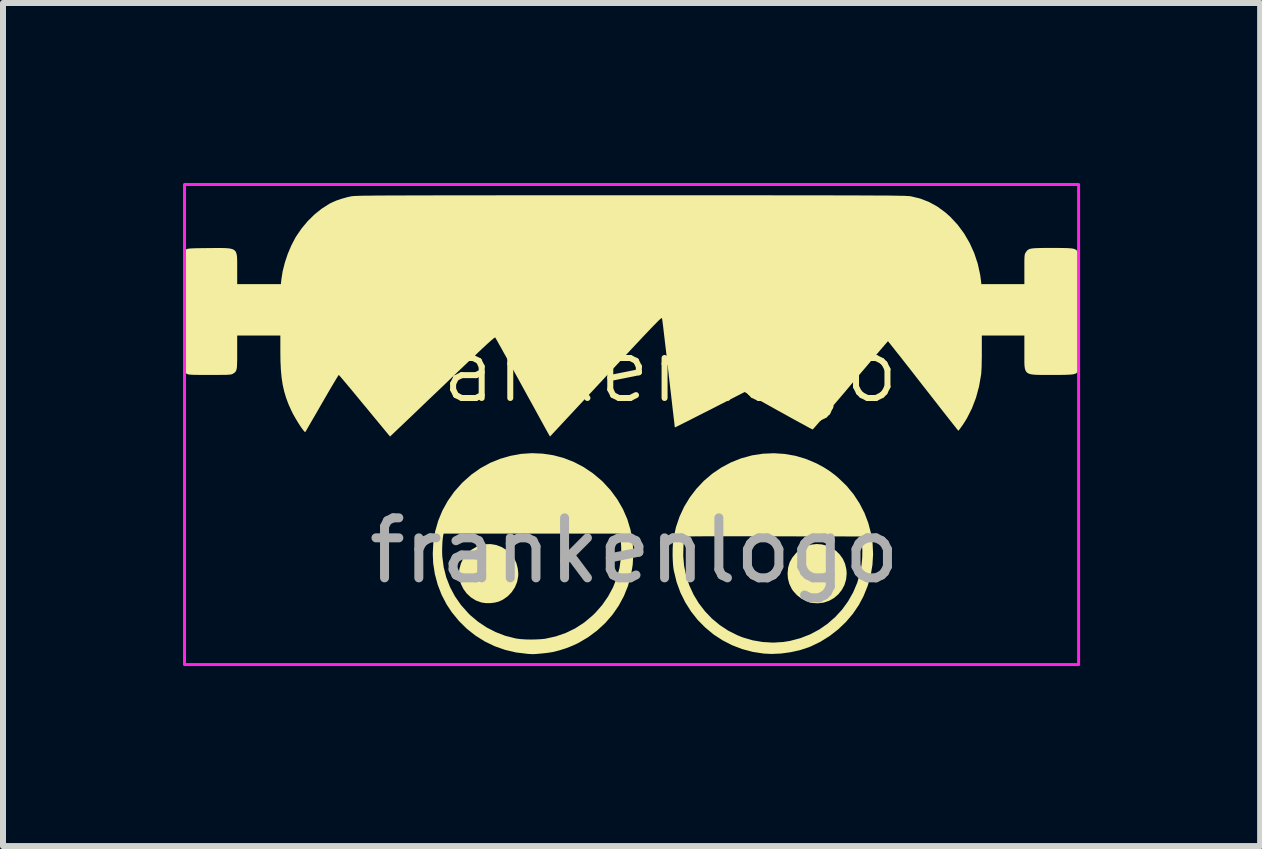
<source format=kicad_pcb>
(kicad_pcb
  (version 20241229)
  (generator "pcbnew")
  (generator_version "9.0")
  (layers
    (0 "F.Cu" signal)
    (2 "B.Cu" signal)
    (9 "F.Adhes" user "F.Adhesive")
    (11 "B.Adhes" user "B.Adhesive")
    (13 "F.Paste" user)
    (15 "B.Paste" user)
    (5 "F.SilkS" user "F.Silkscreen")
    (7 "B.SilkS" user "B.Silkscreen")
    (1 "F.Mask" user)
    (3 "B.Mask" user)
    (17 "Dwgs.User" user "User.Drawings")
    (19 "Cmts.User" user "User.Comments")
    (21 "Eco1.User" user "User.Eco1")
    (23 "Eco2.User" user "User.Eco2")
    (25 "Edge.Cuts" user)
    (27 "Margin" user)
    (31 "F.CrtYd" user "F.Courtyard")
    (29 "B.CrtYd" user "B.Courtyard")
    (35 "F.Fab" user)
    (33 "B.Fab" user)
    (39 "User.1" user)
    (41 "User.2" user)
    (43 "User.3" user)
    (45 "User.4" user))
  (footprint "frankenlogo"
    (layer "F.Cu")
    (at 7.525 3.625)
    (property "Reference" "frankenlogo" (at 0 -0.5 0) (unlocked yes) (layer "F.SilkS") (effects (font (size 1 1) (thickness 0.1))))
    (fp_poly (pts (xy 3.121 2.398) (xy 3.205 2.42) (xy 3.284 2.455) (xy 3.357 2.504) (xy 3.419 2.566) (xy 3.471 2.638) (xy 3.508 2.721) (xy 3.53 2.814) (xy 3.535 2.884) (xy 3.525 2.984) (xy 3.497 3.076) (xy 3.452 3.159) (xy 3.394 3.231) (xy 3.323 3.291) (xy 3.242 3.337) (xy 3.153 3.367) (xy 3.057 3.379) (xy 2.958 3.373) (xy 2.943 3.37) (xy 2.861 3.344) (xy 2.781 3.301) (xy 2.707 3.244) (xy 2.646 3.177) (xy 2.62 3.14) (xy 2.579 3.055) (xy 2.556 2.967) (xy 2.55 2.884) (xy 2.559 2.785) (xy 2.585 2.696) (xy 2.631 2.614) (xy 2.696 2.537) (xy 2.699 2.534) (xy 2.776 2.471) (xy 2.859 2.427) (xy 2.945 2.401) (xy 3.033 2.391)) (stroke (width 0) (type solid)) (fill yes) (layer "F.SilkS"))
    (fp_poly (pts (xy -2.307 2.407) (xy -2.217 2.441) (xy -2.135 2.491) (xy -2.063 2.557) (xy -2.004 2.635) (xy -1.999 2.644) (xy -1.968 2.714) (xy -1.947 2.795) (xy -1.938 2.877) (xy -1.939 2.925) (xy -1.957 3.022) (xy -1.994 3.112) (xy -2.048 3.194) (xy -2.116 3.264) (xy -2.197 3.32) (xy -2.262 3.35) (xy -2.327 3.367) (xy -2.403 3.376) (xy -2.481 3.376) (xy -2.549 3.366) (xy -2.553 3.365) (xy -2.644 3.332) (xy -2.726 3.281) (xy -2.796 3.217) (xy -2.852 3.141) (xy -2.894 3.056) (xy -2.919 2.964) (xy -2.926 2.869) (xy -2.92 2.811) (xy -2.894 2.714) (xy -2.851 2.626) (xy -2.791 2.549) (xy -2.717 2.485) (xy -2.632 2.436) (xy -2.537 2.403) (xy -2.495 2.395) (xy -2.4 2.392)) (stroke (width 0) (type solid)) (fill yes) (layer "F.SilkS"))
    (fp_poly (pts (xy -1.53 0.885) (xy -1.352 0.912) (xy -1.177 0.959) (xy -1.009 1.025) (xy -0.847 1.11) (xy -0.694 1.213) (xy -0.551 1.333) (xy -0.524 1.359) (xy -0.396 1.499) (xy -0.286 1.649) (xy -0.194 1.809) (xy -0.121 1.977) (xy -0.068 2.153) (xy -0.034 2.335) (xy -0.021 2.522) (xy -0.021 2.549) (xy -0.031 2.736) (xy -0.061 2.918) (xy -0.111 3.093) (xy -0.179 3.261) (xy -0.265 3.42) (xy -0.368 3.569) (xy -0.487 3.706) (xy -0.622 3.831) (xy -0.772 3.943) (xy -0.936 4.04) (xy -0.961 4.052) (xy -1.047 4.091) (xy -1.144 4.129) (xy -1.245 4.161) (xy -1.339 4.186) (xy -1.356 4.19) (xy -1.399 4.197) (xy -1.453 4.205) (xy -1.514 4.212) (xy -1.576 4.218) (xy -1.633 4.223) (xy -1.681 4.226) (xy -1.713 4.226) (xy -1.713 4.226) (xy -1.741 4.224) (xy -1.777 4.222) (xy -1.787 4.221) (xy -1.976 4.198) (xy -2.158 4.155) (xy -2.332 4.094) (xy -2.497 4.014) (xy -2.653 3.916) (xy -2.797 3.802) (xy -2.929 3.671) (xy -3.048 3.525) (xy -3.133 3.396) (xy -3.216 3.237) (xy -3.281 3.068) (xy -3.328 2.892) (xy -3.356 2.711) (xy -3.363 2.553) (xy -3.36 2.494) (xy -3.207 2.494) (xy -3.206 2.561) (xy -3.204 2.6) (xy -3.181 2.777) (xy -3.138 2.947) (xy -3.075 3.109) (xy -2.993 3.263) (xy -2.893 3.407) (xy -2.773 3.542) (xy -2.735 3.58) (xy -2.607 3.687) (xy -2.466 3.781) (xy -2.314 3.859) (xy -2.156 3.92) (xy -1.996 3.961) (xy -1.96 3.968) (xy -1.894 3.976) (xy -1.814 3.981) (xy -1.727 3.983) (xy -1.64 3.981) (xy -1.559 3.977) (xy -1.491 3.97) (xy -1.486 3.969) (xy -1.31 3.93) (xy -1.144 3.872) (xy -0.988 3.796) (xy -0.84 3.7) (xy -0.703 3.585) (xy -0.655 3.539) (xy -0.54 3.408) (xy -0.441 3.265) (xy -0.359 3.113) (xy -0.296 2.954) (xy -0.251 2.789) (xy -0.227 2.62) (xy -0.222 2.502) (xy -0.223 2.443) (xy -0.226 2.381) (xy -0.23 2.327) (xy -0.234 2.297) (xy -0.245 2.218) (xy -1.714 2.218) (xy -3.182 2.218) (xy -3.189 2.248) (xy -3.196 2.294) (xy -3.202 2.354) (xy -3.205 2.423) (xy -3.207 2.494) (xy -3.36 2.494) (xy -3.353 2.365) (xy -3.323 2.181) (xy -3.273 2.005) (xy -3.203 1.835) (xy -3.114 1.674) (xy -3.007 1.522) (xy -2.88 1.379) (xy -2.86 1.359) (xy -2.718 1.233) (xy -2.566 1.126) (xy -2.405 1.038) (xy -2.234 0.969) (xy -2.075 0.923) (xy -1.893 0.889) (xy -1.711 0.877)) (stroke (width 0) (type solid)) (fill yes) (layer "F.SilkS"))
    (fp_poly (pts (xy 2.502 0.89) (xy 2.68 0.921) (xy 2.853 0.972) (xy 3.02 1.042) (xy 3.054 1.059) (xy 3.158 1.116) (xy 3.249 1.174) (xy 3.334 1.237) (xy 3.399 1.292) (xy 3.534 1.422) (xy 3.651 1.564) (xy 3.75 1.716) (xy 3.832 1.875) (xy 3.895 2.041) (xy 3.94 2.212) (xy 3.967 2.386) (xy 3.975 2.563) (xy 3.964 2.74) (xy 3.934 2.917) (xy 3.884 3.091) (xy 3.815 3.261) (xy 3.737 3.408) (xy 3.638 3.554) (xy 3.522 3.69) (xy 3.391 3.815) (xy 3.248 3.926) (xy 3.094 4.022) (xy 2.934 4.099) (xy 2.901 4.112) (xy 2.756 4.16) (xy 2.601 4.194) (xy 2.442 4.216) (xy 2.284 4.223) (xy 2.155 4.217) (xy 1.971 4.189) (xy 1.794 4.142) (xy 1.624 4.077) (xy 1.465 3.995) (xy 1.315 3.897) (xy 1.178 3.783) (xy 1.052 3.656) (xy 0.941 3.515) (xy 0.845 3.363) (xy 0.764 3.2) (xy 0.701 3.027) (xy 0.657 2.846) (xy 0.649 2.805) (xy 0.641 2.734) (xy 0.636 2.649) (xy 0.634 2.591) (xy 0.811 2.591) (xy 0.826 2.76) (xy 0.861 2.925) (xy 0.914 3.084) (xy 0.984 3.236) (xy 1.071 3.379) (xy 1.173 3.512) (xy 1.289 3.633) (xy 1.419 3.741) (xy 1.561 3.835) (xy 1.715 3.912) (xy 1.799 3.946) (xy 1.964 3.995) (xy 2.135 4.024) (xy 2.307 4.034) (xy 2.478 4.024) (xy 2.593 4.005) (xy 2.764 3.96) (xy 2.925 3.897) (xy 3.077 3.816) (xy 3.217 3.719) (xy 3.345 3.607) (xy 3.46 3.482) (xy 3.559 3.345) (xy 3.643 3.196) (xy 3.71 3.038) (xy 3.759 2.87) (xy 3.782 2.744) (xy 3.794 2.62) (xy 3.796 2.495) (xy 3.788 2.376) (xy 3.784 2.35) (xy 3.772 2.265) (xy 2.305 2.263) (xy 2.099 2.262) (xy 1.913 2.262) (xy 1.747 2.262) (xy 1.598 2.262) (xy 1.467 2.262) (xy 1.351 2.262) (xy 1.251 2.262) (xy 1.164 2.262) (xy 1.09 2.263) (xy 1.029 2.263) (xy 0.977 2.264) (xy 0.936 2.265) (xy 0.903 2.266) (xy 0.878 2.268) (xy 0.86 2.269) (xy 0.847 2.271) (xy 0.839 2.273) (xy 0.834 2.275) (xy 0.832 2.278) (xy 0.832 2.279) (xy 0.829 2.296) (xy 0.824 2.33) (xy 0.82 2.374) (xy 0.815 2.419) (xy 0.811 2.591) (xy 0.634 2.591) (xy 0.634 2.556) (xy 0.635 2.463) (xy 0.64 2.376) (xy 0.648 2.301) (xy 0.65 2.292) (xy 0.69 2.11) (xy 0.749 1.936) (xy 0.826 1.77) (xy 0.921 1.614) (xy 1.031 1.47) (xy 1.155 1.338) (xy 1.294 1.22) (xy 1.445 1.117) (xy 1.607 1.031) (xy 1.779 0.962) (xy 1.784 0.961) (xy 1.96 0.913) (xy 2.139 0.886) (xy 2.321 0.878)) (stroke (width 0) (type solid)) (fill yes) (layer "F.SilkS"))
    (fp_poly (pts (xy 0.315 -3.421) (xy 0.666 -3.421) (xy 0.998 -3.421) (xy 1.31 -3.421) (xy 1.604 -3.421) (xy 1.879 -3.421) (xy 2.137 -3.421) (xy 2.378 -3.42) (xy 2.602 -3.42) (xy 2.811 -3.42) (xy 3.004 -3.42) (xy 3.183 -3.42) (xy 3.348 -3.419) (xy 3.499 -3.419) (xy 3.637 -3.419) (xy 3.763 -3.418) (xy 3.878 -3.418) (xy 3.981 -3.417) (xy 4.074 -3.417) (xy 4.157 -3.416) (xy 4.231 -3.416) (xy 4.296 -3.415) (xy 4.353 -3.414) (xy 4.402 -3.413) (xy 4.445 -3.412) (xy 4.481 -3.412) (xy 4.511 -3.411) (xy 4.536 -3.409) (xy 4.557 -3.408) (xy 4.574 -3.407) (xy 4.587 -3.406) (xy 4.598 -3.405) (xy 4.603 -3.404) (xy 4.757 -3.367) (xy 4.905 -3.31) (xy 5.045 -3.233) (xy 5.178 -3.136) (xy 5.262 -3.061) (xy 5.384 -2.93) (xy 5.492 -2.784) (xy 5.584 -2.626) (xy 5.66 -2.458) (xy 5.719 -2.281) (xy 5.759 -2.099) (xy 5.772 -2.006) (xy 5.779 -1.94) (xy 6.138 -1.94) (xy 6.496 -1.94) (xy 6.496 -2.187) (xy 6.496 -2.266) (xy 6.496 -2.326) (xy 6.497 -2.371) (xy 6.499 -2.404) (xy 6.502 -2.427) (xy 6.506 -2.444) (xy 6.512 -2.457) (xy 6.519 -2.469) (xy 6.52 -2.47) (xy 6.533 -2.489) (xy 6.547 -2.504) (xy 6.563 -2.516) (xy 6.584 -2.526) (xy 6.611 -2.532) (xy 6.648 -2.537) (xy 6.697 -2.54) (xy 6.76 -2.542) (xy 6.839 -2.543) (xy 6.936 -2.543) (xy 6.954 -2.543) (xy 7.053 -2.543) (xy 7.134 -2.542) (xy 7.199 -2.541) (xy 7.249 -2.538) (xy 7.287 -2.535) (xy 7.317 -2.529) (xy 7.339 -2.522) (xy 7.356 -2.512) (xy 7.371 -2.499) (xy 7.385 -2.485) (xy 7.411 -2.456) (xy 7.414 -1.494) (xy 7.414 -1.329) (xy 7.415 -1.184) (xy 7.415 -1.058) (xy 7.415 -0.949) (xy 7.415 -0.856) (xy 7.415 -0.777) (xy 7.414 -0.712) (xy 7.414 -0.658) (xy 7.413 -0.615) (xy 7.411 -0.582) (xy 7.41 -0.556) (xy 7.408 -0.536) (xy 7.406 -0.522) (xy 7.403 -0.512) (xy 7.4 -0.504) (xy 7.396 -0.498) (xy 7.395 -0.496) (xy 7.383 -0.478) (xy 7.371 -0.464) (xy 7.356 -0.452) (xy 7.336 -0.444) (xy 7.308 -0.437) (xy 7.271 -0.433) (xy 7.223 -0.43) (xy 7.16 -0.428) (xy 7.081 -0.427) (xy 6.984 -0.427) (xy 6.956 -0.427) (xy 6.845 -0.427) (xy 6.754 -0.427) (xy 6.68 -0.429) (xy 6.621 -0.435) (xy 6.577 -0.445) (xy 6.544 -0.462) (xy 6.522 -0.487) (xy 6.507 -0.522) (xy 6.499 -0.568) (xy 6.496 -0.626) (xy 6.496 -0.698) (xy 6.496 -0.786) (xy 6.496 -0.805) (xy 6.496 -1.083) (xy 6.142 -1.083) (xy 5.787 -1.083) (xy 5.787 -0.804) (xy 5.787 -0.724) (xy 5.785 -0.645) (xy 5.784 -0.573) (xy 5.781 -0.51) (xy 5.778 -0.461) (xy 5.776 -0.437) (xy 5.741 -0.236) (xy 5.69 -0.047) (xy 5.622 0.131) (xy 5.539 0.295) (xy 5.521 0.325) (xy 5.496 0.365) (xy 5.469 0.406) (xy 5.442 0.444) (xy 5.42 0.475) (xy 5.403 0.496) (xy 5.396 0.503) (xy 5.389 0.495) (xy 5.369 0.471) (xy 5.339 0.433) (xy 5.299 0.382) (xy 5.249 0.319) (xy 5.191 0.245) (xy 5.125 0.161) (xy 5.053 0.069) (xy 4.976 -0.03) (xy 4.894 -0.135) (xy 4.81 -0.242) (xy 4.724 -0.352) (xy 4.642 -0.458) (xy 4.565 -0.557) (xy 4.493 -0.648) (xy 4.428 -0.732) (xy 4.369 -0.805) (xy 4.32 -0.868) (xy 4.279 -0.919) (xy 4.249 -0.957) (xy 4.23 -0.98) (xy 4.223 -0.988) (xy 4.215 -0.98) (xy 4.195 -0.957) (xy 4.163 -0.92) (xy 4.12 -0.87) (xy 4.068 -0.809) (xy 4.007 -0.737) (xy 3.938 -0.656) (xy 3.862 -0.566) (xy 3.78 -0.47) (xy 3.694 -0.367) (xy 3.603 -0.26) (xy 3.597 -0.253) (xy 3.507 -0.145) (xy 3.42 -0.043) (xy 3.337 0.054) (xy 3.261 0.144) (xy 3.191 0.226) (xy 3.129 0.299) (xy 3.076 0.361) (xy 3.032 0.411) (xy 2.999 0.449) (xy 2.977 0.473) (xy 2.968 0.482) (xy 2.968 0.482) (xy 2.957 0.477) (xy 2.929 0.463) (xy 2.886 0.44) (xy 2.83 0.409) (xy 2.761 0.372) (xy 2.682 0.329) (xy 2.595 0.281) (xy 2.5 0.228) (xy 2.4 0.173) (xy 2.396 0.171) (xy 1.835 -0.142) (xy 1.255 0.155) (xy 1.152 0.207) (xy 1.055 0.256) (xy 0.965 0.302) (xy 0.885 0.343) (xy 0.814 0.378) (xy 0.757 0.407) (xy 0.712 0.429) (xy 0.684 0.443) (xy 0.672 0.448) (xy 0.672 0.448) (xy 0.67 0.438) (xy 0.666 0.408) (xy 0.661 0.359) (xy 0.653 0.295) (xy 0.644 0.216) (xy 0.633 0.123) (xy 0.621 0.018) (xy 0.608 -0.097) (xy 0.593 -0.221) (xy 0.578 -0.352) (xy 0.567 -0.448) (xy 0.552 -0.584) (xy 0.537 -0.714) (xy 0.523 -0.837) (xy 0.509 -0.951) (xy 0.497 -1.055) (xy 0.486 -1.147) (xy 0.477 -1.225) (xy 0.469 -1.288) (xy 0.463 -1.334) (xy 0.459 -1.362) (xy 0.458 -1.369) (xy 0.456 -1.373) (xy 0.452 -1.373) (xy 0.446 -1.371) (xy 0.436 -1.364) (xy 0.423 -1.353) (xy 0.404 -1.336) (xy 0.381 -1.313) (xy 0.351 -1.282) (xy 0.313 -1.244) (xy 0.269 -1.198) (xy 0.216 -1.142) (xy 0.153 -1.076) (xy 0.081 -0.999) (xy -0.002 -0.911) (xy -0.096 -0.81) (xy -0.202 -0.697) (xy -0.321 -0.569) (xy -0.453 -0.427) (xy -0.48 -0.398) (xy -1.409 0.6) (xy -1.438 0.549) (xy -1.448 0.532) (xy -1.467 0.498) (xy -1.494 0.449) (xy -1.529 0.385) (xy -1.571 0.309) (xy -1.619 0.221) (xy -1.672 0.124) (xy -1.73 0.019) (xy -1.792 -0.093) (xy -1.856 -0.21) (xy -1.888 -0.268) (xy -1.953 -0.386) (xy -2.015 -0.499) (xy -2.073 -0.605) (xy -2.127 -0.703) (xy -2.177 -0.792) (xy -2.22 -0.87) (xy -2.257 -0.936) (xy -2.286 -0.988) (xy -2.307 -1.025) (xy -2.319 -1.046) (xy -2.322 -1.05) (xy -2.326 -1.05) (xy -2.335 -1.045) (xy -2.35 -1.035) (xy -2.37 -1.018) (xy -2.398 -0.994) (xy -2.434 -0.962) (xy -2.478 -0.922) (xy -2.531 -0.873) (xy -2.594 -0.813) (xy -2.668 -0.743) (xy -2.753 -0.662) (xy -2.851 -0.569) (xy -2.962 -0.463) (xy -3.087 -0.344) (xy -3.203 -0.232) (xy -3.317 -0.123) (xy -3.427 -0.019) (xy -3.531 0.081) (xy -3.629 0.175) (xy -3.72 0.262) (xy -3.803 0.341) (xy -3.876 0.411) (xy -3.94 0.471) (xy -3.992 0.521) (xy -4.032 0.559) (xy -4.06 0.585) (xy -4.073 0.598) (xy -4.075 0.599) (xy -4.082 0.591) (xy -4.101 0.568) (xy -4.132 0.531) (xy -4.172 0.482) (xy -4.221 0.423) (xy -4.278 0.354) (xy -4.342 0.277) (xy -4.411 0.193) (xy -4.484 0.104) (xy -4.5 0.086) (xy -4.574 -0.004) (xy -4.644 -0.089) (xy -4.709 -0.168) (xy -4.768 -0.238) (xy -4.82 -0.3) (xy -4.863 -0.351) (xy -4.896 -0.39) (xy -4.919 -0.416) (xy -4.929 -0.427) (xy -4.93 -0.427) (xy -4.936 -0.418) (xy -4.952 -0.393) (xy -4.977 -0.352) (xy -5.009 -0.298) (xy -5.048 -0.233) (xy -5.092 -0.158) (xy -5.14 -0.075) (xy -5.192 0.015) (xy -5.21 0.046) (xy -5.263 0.138) (xy -5.312 0.224) (xy -5.358 0.302) (xy -5.398 0.371) (xy -5.432 0.43) (xy -5.458 0.476) (xy -5.477 0.508) (xy -5.486 0.523) (xy -5.487 0.525) (xy -5.496 0.522) (xy -5.514 0.503) (xy -5.539 0.471) (xy -5.568 0.429) (xy -5.6 0.38) (xy -5.633 0.326) (xy -5.665 0.271) (xy -5.695 0.217) (xy -5.718 0.171) (xy -5.767 0.062) (xy -5.807 -0.045) (xy -5.839 -0.152) (xy -5.864 -0.263) (xy -5.882 -0.381) (xy -5.894 -0.51) (xy -5.901 -0.653) (xy -5.903 -0.805) (xy -5.903 -1.083) (xy -6.262 -1.083) (xy -6.622 -1.083) (xy -6.622 -0.807) (xy -6.622 -0.717) (xy -6.623 -0.645) (xy -6.625 -0.589) (xy -6.628 -0.547) (xy -6.634 -0.516) (xy -6.642 -0.493) (xy -6.653 -0.477) (xy -6.668 -0.463) (xy -6.687 -0.451) (xy -6.689 -0.449) (xy -6.7 -0.443) (xy -6.711 -0.438) (xy -6.726 -0.435) (xy -6.747 -0.432) (xy -6.775 -0.43) (xy -6.814 -0.428) (xy -6.866 -0.428) (xy -6.933 -0.427) (xy -7.017 -0.427) (xy -7.078 -0.427) (xy -7.174 -0.427) (xy -7.252 -0.427) (xy -7.312 -0.428) (xy -7.359 -0.429) (xy -7.394 -0.431) (xy -7.419 -0.433) (xy -7.437 -0.436) (xy -7.451 -0.44) (xy -7.461 -0.446) (xy -7.466 -0.448) (xy -7.5 -0.469) (xy -7.5 -1.485) (xy -7.5 -2.5) (xy -7.471 -2.519) (xy -7.462 -2.524) (xy -7.449 -2.528) (xy -7.431 -2.531) (xy -7.404 -2.534) (xy -7.368 -2.536) (xy -7.319 -2.538) (xy -7.256 -2.539) (xy -7.176 -2.54) (xy -7.09 -2.541) (xy -6.978 -2.542) (xy -6.886 -2.542) (xy -6.811 -2.54) (xy -6.752 -2.535) (xy -6.706 -2.525) (xy -6.673 -2.509) (xy -6.649 -2.485) (xy -6.635 -2.452) (xy -6.626 -2.409) (xy -6.623 -2.354) (xy -6.622 -2.286) (xy -6.622 -2.204) (xy -6.622 -2.189) (xy -6.622 -1.94) (xy -6.258 -1.94) (xy -5.894 -1.94) (xy -5.887 -2.011) (xy -5.865 -2.152) (xy -5.828 -2.299) (xy -5.779 -2.446) (xy -5.719 -2.587) (xy -5.652 -2.715) (xy -5.638 -2.738) (xy -5.548 -2.869) (xy -5.446 -2.991) (xy -5.333 -3.102) (xy -5.214 -3.197) (xy -5.091 -3.276) (xy -5.051 -3.297) (xy -4.972 -3.332) (xy -4.88 -3.363) (xy -4.787 -3.389) (xy -4.719 -3.404) (xy -4.709 -3.405) (xy -4.697 -3.406) (xy -4.682 -3.408) (xy -4.664 -3.409) (xy -4.641 -3.41) (xy -4.614 -3.411) (xy -4.581 -3.412) (xy -4.542 -3.413) (xy -4.497 -3.414) (xy -4.444 -3.414) (xy -4.383 -3.415) (xy -4.315 -3.416) (xy -4.237 -3.416) (xy -4.15 -3.417) (xy -4.052 -3.418) (xy -3.944 -3.418) (xy -3.824 -3.418) (xy -3.693 -3.419) (xy -3.549 -3.419) (xy -3.392 -3.419) (xy -3.221 -3.42) (xy -3.036 -3.42) (xy -2.836 -3.42) (xy -2.62 -3.42) (xy -2.389 -3.42) (xy -2.14 -3.421) (xy -1.875 -3.421) (xy -1.592 -3.421) (xy -1.29 -3.421) (xy -0.969 -3.421) (xy -0.628 -3.421) (xy -0.267 -3.421) (xy -0.058 -3.421)) (stroke (width 0) (type solid)) (fill yes) (layer "F.SilkS"))
    (fp_rect (start -7.5 -3.6) (end 7.4 4.4) (stroke (width 0.05) (type default)) (fill no) (layer "F.CrtYd"))
    (fp_text user "${REFERENCE}" (at 0 2.5 0) (unlocked yes) (layer "F.Fab") (effects (font (size 1 1) (thickness 0.15)))))
  (gr_rect
    (start -3 -3)
    (end 17.95 11.05)
    (stroke (width 0.1) (type default))
    (fill no)
    (layer "Edge.Cuts")))
</source>
